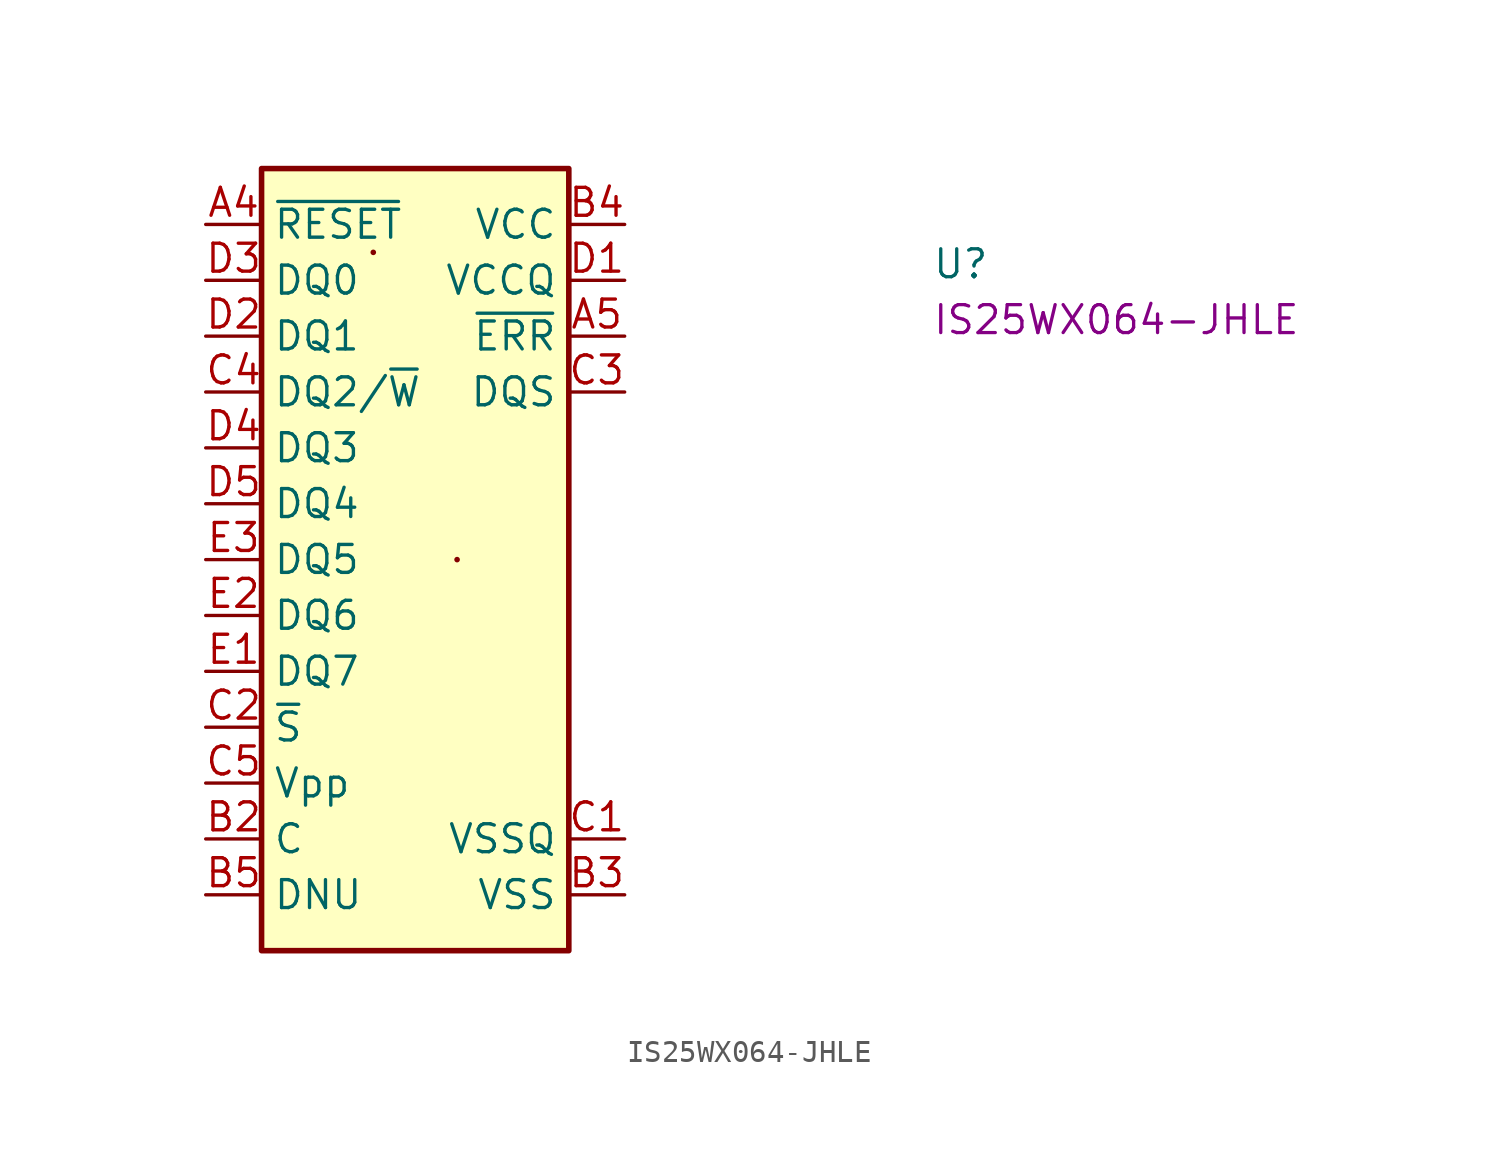
<source format=kicad_sym>
(kicad_symbol_lib
  (version 20220914)
  (generator kicad_symbol_editor)
  (symbol "IS25WX064-JHLE"
    (property "Reference" "U"
      (at 33.02 -2.54 0)
      (effects (font (size 1.27 1.27) (thickness 0.15)) (justify left bottom)))
    (property "MPN" "IS25WX064-JHLE"
      (at 33.02 -5.08 0)
      (effects (font (size 1.27 1.27) (thickness 0.15)) (justify left bottom)))
    (symbol "IS25WX064-JHLE_1_1"
      (rectangle (start 2.54 2.54) (end 16.51 -33.02) (stroke (width 0.254) (type default)) (fill (type background)))
      (rectangle (start 7.62 -1.27) (end 7.62 -1.27) (stroke (width 0.254) (type default)) (fill (type background)))
      (rectangle (start 11.43 -15.24) (end 11.43 -15.24) (stroke (width 0.254) (type default)) (fill (type background)))
      (pin no_connect line (at 16.51 -12.7 180) (length 2.54) hide (name "RFU" (effects (font (size 1.27 1.27)))) (number "A2" (effects (font (size 1.27 1.27)))))
      (pin no_connect line (at 16.51 -15.24 180) (length 2.54) hide (name "RFU" (effects (font (size 1.27 1.27)))) (number "A3" (effects (font (size 1.27 1.27)))))
      (pin input line (at 0 0 0) (length 2.54) (name "~{RESET}" (effects (font (size 1.27 1.27)))) (number "A4" (effects (font (size 1.27 1.27)))))
      (pin bidirectional line (at 19.05 -5.08 180) (length 2.54) (name "~{ERR}" (effects (font (size 1.27 1.27)))) (number "A5" (effects (font (size 1.27 1.27)))))
      (pin no_connect line (at 16.51 -13.97 180) (length 2.54) hide (name "RFU" (effects (font (size 1.27 1.27)))) (number "B1" (effects (font (size 1.27 1.27)))))
      (pin input line (at 0 -27.94 0) (length 2.54) (name "C" (effects (font (size 1.27 1.27)))) (number "B2" (effects (font (size 1.27 1.27)))))
      (pin power_in line (at 19.05 -30.48 180) (length 2.54) (name "VSS" (effects (font (size 1.27 1.27)))) (number "B3" (effects (font (size 1.27 1.27)))))
      (pin power_in line (at 19.05 0 180) (length 2.54) (name "VCC" (effects (font (size 1.27 1.27)))) (number "B4" (effects (font (size 1.27 1.27)))))
      (pin input line (at 0 -30.48 0) (length 2.54) (name "DNU" (effects (font (size 1.27 1.27)))) (number "B5" (effects (font (size 1.27 1.27)))))
      (pin power_in line (at 19.05 -27.94 180) (length 2.54) (name "VSSQ" (effects (font (size 1.27 1.27)))) (number "C1" (effects (font (size 1.27 1.27)))))
      (pin input line (at 0 -22.86 0) (length 2.54) (name "~{S}" (effects (font (size 1.27 1.27)))) (number "C2" (effects (font (size 1.27 1.27)))))
      (pin output line (at 19.05 -7.62 180) (length 2.54) (name "DQS" (effects (font (size 1.27 1.27)))) (number "C3" (effects (font (size 1.27 1.27)))))
      (pin bidirectional line (at 0 -7.62 0) (length 2.54) (name "DQ2/~{W}" (effects (font (size 1.27 1.27)))) (number "C4" (effects (font (size 1.27 1.27)))))
      (pin power_in line (at 0 -25.4 0) (length 2.54) (name "Vpp" (effects (font (size 1.27 1.27)))) (number "C5" (effects (font (size 1.27 1.27)))))
      (pin power_in line (at 19.05 -2.54 180) (length 2.54) (name "VCCQ" (effects (font (size 1.27 1.27)))) (number "D1" (effects (font (size 1.27 1.27)))))
      (pin bidirectional line (at 0 -5.08 0) (length 2.54) (name "DQ1" (effects (font (size 1.27 1.27)))) (number "D2" (effects (font (size 1.27 1.27)))))
      (pin bidirectional line (at 0 -2.54 0) (length 2.54) (name "DQ0" (effects (font (size 1.27 1.27)))) (number "D3" (effects (font (size 1.27 1.27)))))
      (pin bidirectional line (at 0 -10.16 0) (length 2.54) (name "DQ3" (effects (font (size 1.27 1.27)))) (number "D4" (effects (font (size 1.27 1.27)))))
      (pin bidirectional line (at 0 -12.7 0) (length 2.54) (name "DQ4" (effects (font (size 1.27 1.27)))) (number "D5" (effects (font (size 1.27 1.27)))))
      (pin bidirectional line (at 0 -20.32 0) (length 2.54) (name "DQ7" (effects (font (size 1.27 1.27)))) (number "E1" (effects (font (size 1.27 1.27)))))
      (pin bidirectional line (at 0 -17.78 0) (length 2.54) (name "DQ6" (effects (font (size 1.27 1.27)))) (number "E2" (effects (font (size 1.27 1.27)))))
      (pin bidirectional line (at 0 -15.24 0) (length 2.54) (name "DQ5" (effects (font (size 1.27 1.27)))) (number "E3" (effects (font (size 1.27 1.27)))))
      (pin passive line (at 19.05 -2.54 180) (length 2.54) hide (name "VCCQ" (effects (font (size 1.27 1.27)))) (number "E4" (effects (font (size 1.27 1.27)))))
      (pin passive line (at 19.05 -27.94 180) (length 2.54) hide (name "VSSQ" (effects (font (size 1.27 1.27)))) (number "E5" (effects (font (size 1.27 1.27))))))))
</source>
